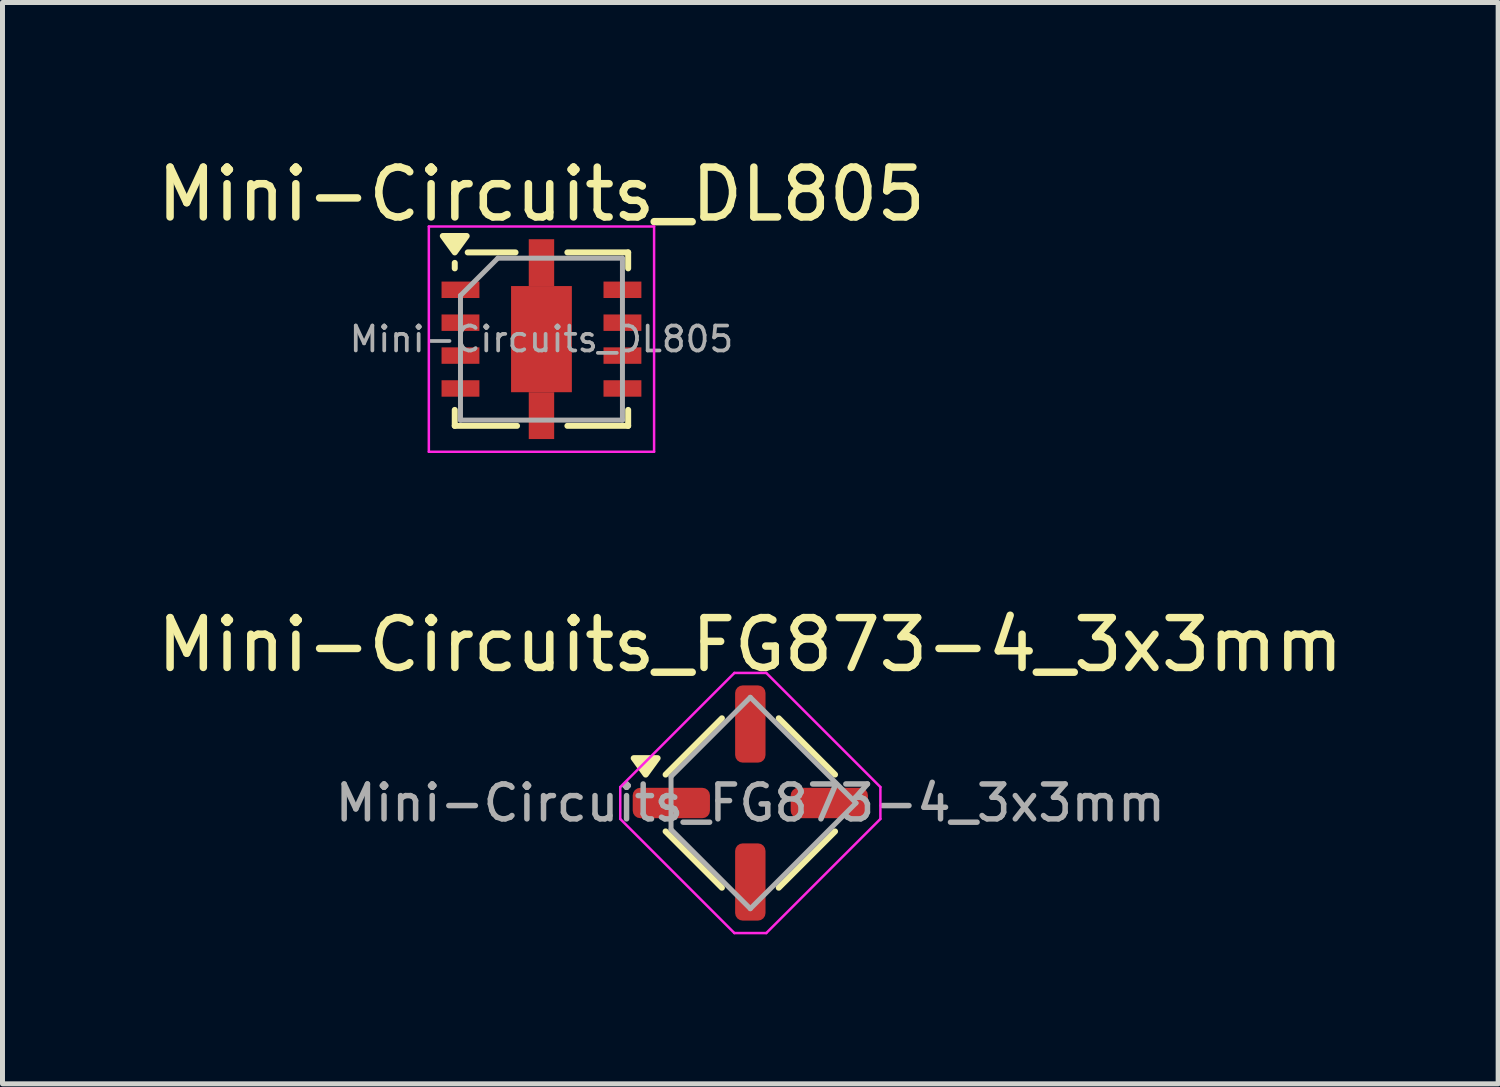
<source format=kicad_pcb>
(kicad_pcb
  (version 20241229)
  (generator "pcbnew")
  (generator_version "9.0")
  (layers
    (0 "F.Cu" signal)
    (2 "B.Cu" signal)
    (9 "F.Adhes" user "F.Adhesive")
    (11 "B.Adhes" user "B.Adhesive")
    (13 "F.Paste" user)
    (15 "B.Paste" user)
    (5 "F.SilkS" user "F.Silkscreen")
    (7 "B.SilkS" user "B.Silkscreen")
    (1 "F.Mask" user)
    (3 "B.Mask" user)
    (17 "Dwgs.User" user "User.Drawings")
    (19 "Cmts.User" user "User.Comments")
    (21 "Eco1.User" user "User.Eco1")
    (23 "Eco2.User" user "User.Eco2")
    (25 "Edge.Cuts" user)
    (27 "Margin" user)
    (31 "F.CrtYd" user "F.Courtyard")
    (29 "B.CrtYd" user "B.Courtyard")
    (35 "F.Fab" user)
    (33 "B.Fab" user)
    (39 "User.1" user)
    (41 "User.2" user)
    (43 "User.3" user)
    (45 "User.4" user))
  (footprint "Mini-Circuits_FG873-4_3x3mm"
    (layer "F.Cu")
    (at 12.006 13.063)
    (property "Reference" "Mini-Circuits_FG873-4_3x3mm" (at 0 -3.175 0) (layer "F.SilkS") (effects (font (size 1 1) (thickness 0.15))))
    (attr smd)
    (fp_line (start -1.7 -0.57) (end -0.57 -1.7) (stroke (width 0.12) (type solid)) (layer "F.SilkS"))
    (fp_line (start -0.57 1.7) (end -1.7 0.57) (stroke (width 0.12) (type solid)) (layer "F.SilkS"))
    (fp_line (start 0.57 1.7) (end 1.7 0.57) (stroke (width 0.12) (type solid)) (layer "F.SilkS"))
    (fp_line (start 1.7 -0.57) (end 0.57 -1.7) (stroke (width 0.12) (type solid)) (layer "F.SilkS"))
    (fp_poly (pts (xy -2.1 -0.57) (xy -2.34 -0.9) (xy -1.86 -0.9) (xy -2.1 -0.57)) (stroke (width 0.12) (type solid)) (fill yes) (layer "F.SilkS"))
    (fp_line (start -2.61 -0.32) (end -2.61 0.32) (stroke (width 0.05) (type solid)) (layer "F.CrtYd"))
    (fp_line (start -2.61 -0.32) (end -0.32 -2.61) (stroke (width 0.05) (type solid)) (layer "F.CrtYd"))
    (fp_line (start -2.61 0.32) (end -0.32 2.61) (stroke (width 0.05) (type solid)) (layer "F.CrtYd"))
    (fp_line (start 0.32 -2.61) (end -0.32 -2.61) (stroke (width 0.05) (type solid)) (layer "F.CrtYd"))
    (fp_line (start 0.32 2.61) (end -0.32 2.61) (stroke (width 0.05) (type solid)) (layer "F.CrtYd"))
    (fp_line (start 2.61 -0.32) (end 0.32 -2.61) (stroke (width 0.05) (type solid)) (layer "F.CrtYd"))
    (fp_line (start 2.61 -0.32) (end 2.61 0.32) (stroke (width 0.05) (type solid)) (layer "F.CrtYd"))
    (fp_line (start 2.61 0.32) (end 0.32 2.61) (stroke (width 0.05) (type solid)) (layer "F.CrtYd"))
    (fp_line (start -1.591 -0.53) (end 0 -2.121) (stroke (width 0.1) (type solid)) (layer "F.Fab"))
    (fp_line (start -1.591 0.53) (end -1.591 -0.53) (stroke (width 0.1) (type solid)) (layer "F.Fab"))
    (fp_line (start -1.591 0.53) (end 0 2.121) (stroke (width 0.1) (type solid)) (layer "F.Fab"))
    (fp_line (start 2.121 0) (end 0 -2.121) (stroke (width 0.1) (type solid)) (layer "F.Fab"))
    (fp_line (start 2.121 0) (end 0 2.121) (stroke (width 0.1) (type solid)) (layer "F.Fab"))
    (fp_text user "${REFERENCE}" (at 0 0 0) (layer "F.Fab") (effects (font (size 0.7 0.7) (thickness 0.11))))
    (pad "1" smd roundrect (at -1.585 0) (size 1.55 0.61) (layers "F.Cu" "F.Mask" "F.Paste") (roundrect_rratio 0.25))
    (pad "2" smd roundrect (at 0 1.585) (size 0.61 1.55) (layers "F.Cu" "F.Mask" "F.Paste") (roundrect_rratio 0.25))
    (pad "3" smd roundrect (at 1.585 0) (size 1.55 0.61) (layers "F.Cu" "F.Mask" "F.Paste") (roundrect_rratio 0.25))
    (pad "4" smd roundrect (at 0 -1.585) (size 0.61 1.55) (layers "F.Cu" "F.Mask" "F.Paste") (roundrect_rratio 0.25)))
  (footprint "Mini-Circuits_DL805"
    (layer "F.Cu")
    (at 7.815 3.755)
    (property "Reference" "Mini-Circuits_DL805" (at 0 -2.907 0) (layer "F.SilkS") (effects (font (size 1 1) (thickness 0.15))))
    (attr smd)
    (fp_line (start -1.74 -1.53) (end -1.74 -1.42) (stroke (width 0.12) (type default)) (layer "F.SilkS"))
    (fp_line (start -1.74 1.74) (end -1.74 1.42) (stroke (width 0.12) (type solid)) (layer "F.SilkS"))
    (fp_line (start -0.52 -1.74) (end -1.48 -1.74) (stroke (width 0.12) (type solid)) (layer "F.SilkS"))
    (fp_line (start -0.49 1.74) (end -1.74 1.74) (stroke (width 0.12) (type solid)) (layer "F.SilkS"))
    (fp_line (start 0.52 -1.74) (end 1.74 -1.74) (stroke (width 0.12) (type solid)) (layer "F.SilkS"))
    (fp_line (start 1.74 -1.74) (end 1.74 -1.42) (stroke (width 0.12) (type solid)) (layer "F.SilkS"))
    (fp_line (start 1.74 1.42) (end 1.74 1.74) (stroke (width 0.12) (type solid)) (layer "F.SilkS"))
    (fp_line (start 1.74 1.74) (end 0.52 1.74) (stroke (width 0.12) (type solid)) (layer "F.SilkS"))
    (fp_poly (pts (xy -1.74 -1.74) (xy -1.98 -2.07) (xy -1.5 -2.07) (xy -1.74 -1.74)) (stroke (width 0.12) (type solid)) (fill yes) (layer "F.SilkS"))
    (fp_line (start -2.26 -2.26) (end -2.26 2.26) (stroke (width 0.05) (type solid)) (layer "F.CrtYd"))
    (fp_line (start -2.26 2.26) (end 2.26 2.26) (stroke (width 0.05) (type solid)) (layer "F.CrtYd"))
    (fp_line (start 2.26 -2.26) (end -2.26 -2.26) (stroke (width 0.05) (type solid)) (layer "F.CrtYd"))
    (fp_line (start 2.26 2.26) (end 2.26 -2.26) (stroke (width 0.05) (type solid)) (layer "F.CrtYd"))
    (fp_line (start -1.625 -0.875) (end -0.875 -1.625) (stroke (width 0.1) (type solid)) (layer "F.Fab"))
    (fp_line (start -1.625 1.625) (end -1.625 -0.875) (stroke (width 0.1) (type solid)) (layer "F.Fab"))
    (fp_line (start -0.875 -1.625) (end 1.625 -1.625) (stroke (width 0.1) (type solid)) (layer "F.Fab"))
    (fp_line (start 1.625 -1.625) (end 1.625 1.625) (stroke (width 0.1) (type solid)) (layer "F.Fab"))
    (fp_line (start 1.625 1.625) (end -1.625 1.625) (stroke (width 0.1) (type solid)) (layer "F.Fab"))
    (fp_text user "${REFERENCE}" (at 0 0 0) (layer "F.Fab") (effects (font (size 0.5 0.5) (thickness 0.075))))
    (pad "1" smd rect (at -1.625 -0.99 270) (size 0.33 0.76) (layers "F.Cu" "F.Mask" "F.Paste"))
    (pad "2" smd rect (at -1.625 -0.33 270) (size 0.33 0.76) (layers "F.Cu" "F.Mask" "F.Paste"))
    (pad "3" smd rect (at -1.625 0.33 270) (size 0.33 0.76) (layers "F.Cu" "F.Mask" "F.Paste"))
    (pad "4" smd rect (at -1.625 0.99 270) (size 0.33 0.76) (layers "F.Cu" "F.Mask" "F.Paste"))
    (pad "5" smd rect (at 1.625 0.99 270) (size 0.33 0.76) (layers "F.Cu" "F.Mask" "F.Paste"))
    (pad "6" smd rect (at 1.625 0.33 270) (size 0.33 0.76) (layers "F.Cu" "F.Mask" "F.Paste"))
    (pad "7" smd rect (at 1.625 -0.33 270) (size 0.33 0.76) (layers "F.Cu" "F.Mask" "F.Paste"))
    (pad "8" smd rect (at 1.625 -0.99 270) (size 0.33 0.76) (layers "F.Cu" "F.Mask" "F.Paste"))
    (pad "9" smd rect (at 0 -1.535 270) (size 0.94 0.51) (layers "F.Cu" "F.Mask" "F.Paste"))
    (pad "9" smd rect (at 0 0 270) (size 2.13 1.22) (layers "F.Cu" "F.Mask" "F.Paste"))
    (pad "9" smd rect (at 0 1.535 270) (size 0.94 0.51) (layers "F.Cu" "F.Mask" "F.Paste")))
  (gr_rect
    (start -3 -3)
    (end 27.012 18.698)
    (stroke (width 0.1) (type default))
    (fill no)
    (layer "Edge.Cuts")))
</source>
